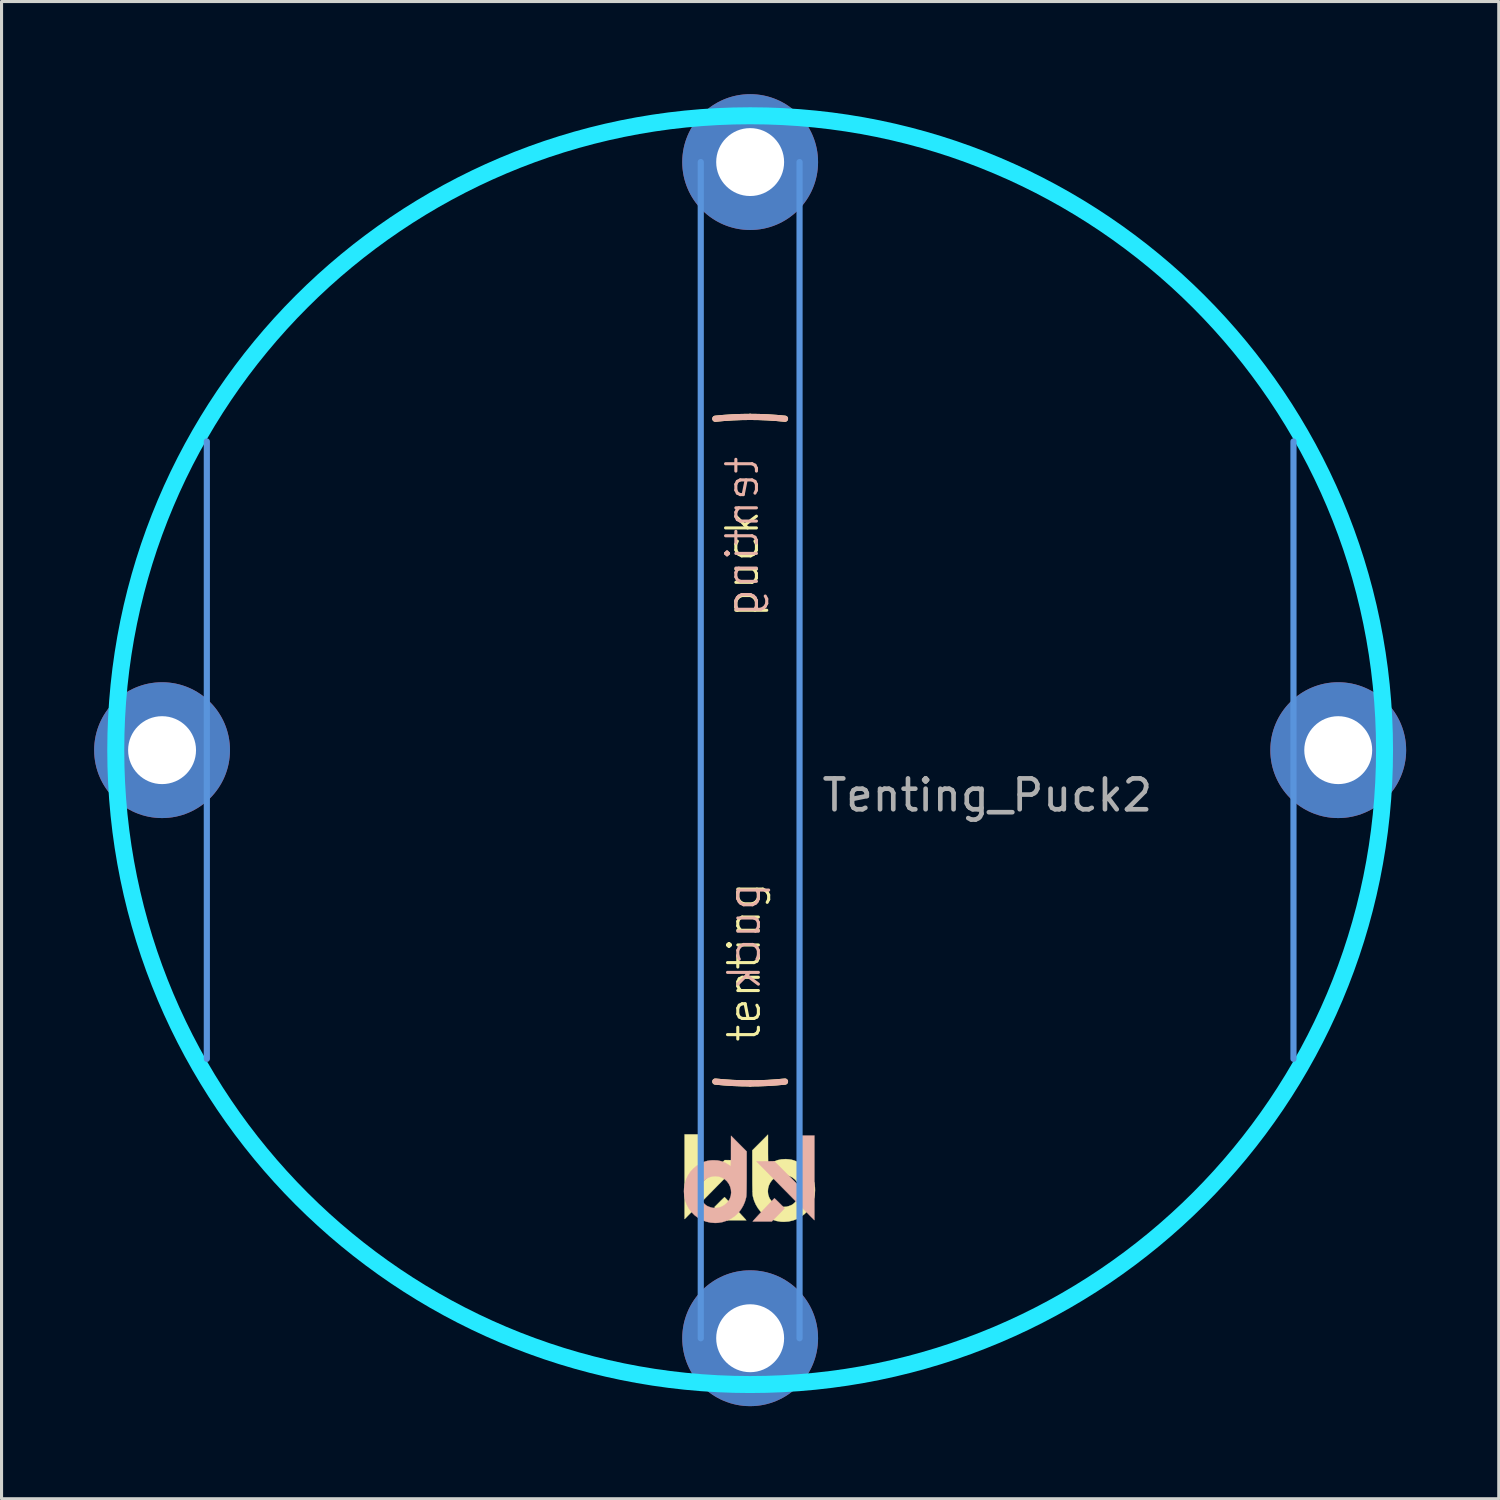
<source format=kicad_pcb>
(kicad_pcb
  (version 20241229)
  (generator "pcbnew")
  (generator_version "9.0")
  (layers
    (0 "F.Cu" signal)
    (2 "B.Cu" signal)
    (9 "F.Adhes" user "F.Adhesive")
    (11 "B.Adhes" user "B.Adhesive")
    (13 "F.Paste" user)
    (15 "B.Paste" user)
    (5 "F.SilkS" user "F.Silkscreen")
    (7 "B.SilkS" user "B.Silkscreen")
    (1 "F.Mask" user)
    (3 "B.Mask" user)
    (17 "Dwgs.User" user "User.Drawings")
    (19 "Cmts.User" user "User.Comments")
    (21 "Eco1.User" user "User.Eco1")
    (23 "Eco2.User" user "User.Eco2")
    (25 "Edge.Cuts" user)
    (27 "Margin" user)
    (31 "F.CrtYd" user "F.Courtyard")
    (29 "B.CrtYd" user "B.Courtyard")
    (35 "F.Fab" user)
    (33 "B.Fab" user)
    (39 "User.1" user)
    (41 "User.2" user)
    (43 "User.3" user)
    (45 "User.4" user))
  (footprint "Tenting_Puck2"
    (layer "F.Cu")
    (at 21.25 21.25)
    (property "Reference" "Tenting_Puck2" (at 7.684 1.46 0) (layer "F.Fab") (effects (font (size 1 1) (thickness 0.15))))
    (attr through_hole)
    (fp_arc (start -20.32 -2.8575) (mid -19.91151 -4.959786) (end -19.286134 -7.008048) (stroke (width 0.2) (type solid)) (layer "F.SilkS"))
    (fp_arc (start -19.286134 7.008047) (mid -19.91151 4.959786) (end -20.32 2.8575) (stroke (width 0.2) (type solid)) (layer "F.SilkS"))
    (fp_arc (start -7.008048 -19.286134) (mid -4.959786 -19.91151) (end -2.8575 -20.32) (stroke (width 0.2) (type solid)) (layer "F.SilkS"))
    (fp_arc (start -2.8575 20.32) (mid -4.959785 19.91151) (end -7.008046 19.286135) (stroke (width 0.2) (type solid)) (layer "F.SilkS"))
    (fp_arc (start -1.128385 -10.735864) (mid -0.564967 -10.780206) (end 0 -10.795) (stroke (width 0.2) (type solid)) (layer "F.SilkS"))
    (fp_arc (start 0 -10.795) (mid 0.564967 -10.780206) (end 1.128385 -10.735864) (stroke (width 0.2) (type solid)) (layer "F.SilkS"))
    (fp_arc (start 0 10.795) (mid -0.564967 10.780206) (end -1.128385 10.735864) (stroke (width 0.2) (type solid)) (layer "F.SilkS"))
    (fp_arc (start 1.128385 10.735864) (mid 0.564967 10.780206) (end 0 10.795) (stroke (width 0.2) (type solid)) (layer "F.SilkS"))
    (fp_arc (start 2.8575 -20.32) (mid 4.959786 -19.91151) (end 7.008047 -19.286134) (stroke (width 0.2) (type solid)) (layer "F.SilkS"))
    (fp_arc (start 7.008047 19.286134) (mid 4.959786 19.91151) (end 2.8575 20.32) (stroke (width 0.2) (type solid)) (layer "F.SilkS"))
    (fp_arc (start 19.286135 -7.008045) (mid 19.91151 -4.959785) (end 20.32 -2.8575) (stroke (width 0.2) (type solid)) (layer "F.SilkS"))
    (fp_arc (start 20.32 2.8575) (mid 19.91151 4.959785) (end 19.286135 7.008046) (stroke (width 0.2) (type solid)) (layer "F.SilkS"))
    (fp_poly (pts (xy -1.627 14.082) (xy -0.824 13.279) (xy -0.535 13.282) (xy -0.247 13.285) (xy -1.094 14.145) (xy -1.212 14.265) (xy -1.327 14.382) (xy -1.437 14.494) (xy -1.542 14.6) (xy -1.64 14.7) (xy -1.731 14.791) (xy -1.811 14.874) (xy -1.882 14.945) (xy -1.941 15.005) (xy -1.987 15.052) (xy -2.019 15.084) (xy -2.032 15.098) (xy -2.123 15.19) (xy -2.123 12.448) (xy -1.627 12.448) (xy -1.627 14.082)) (stroke (width 0.01) (type solid)) (fill yes) (layer "F.SilkS"))
    (fp_poly (pts (xy -0.82 14.488) (xy -0.797 14.511) (xy -0.763 14.547) (xy -0.719 14.593) (xy -0.666 14.647) (xy -0.609 14.708) (xy -0.547 14.773) (xy -0.483 14.841) (xy -0.42 14.908) (xy -0.359 14.973) (xy -0.302 15.034) (xy -0.251 15.089) (xy -0.208 15.135) (xy -0.175 15.171) (xy -0.154 15.194) (xy -0.152 15.197) (xy -0.124 15.231) (xy -0.744 15.231) (xy -0.917 15.055) (xy -0.971 15) (xy -1.021 14.948) (xy -1.065 14.903) (xy -1.099 14.868) (xy -1.121 14.844) (xy -1.124 14.841) (xy -1.158 14.803) (xy -0.997 14.642) (xy -0.948 14.592) (xy -0.903 14.549) (xy -0.867 14.514) (xy -0.842 14.491) (xy -0.829 14.48) (xy -0.829 14.48) (xy -0.82 14.488)) (stroke (width 0.01) (type solid)) (fill yes) (layer "F.SilkS"))
    (fp_poly (pts (xy 0.578 12.948) (xy 0.578 13.052) (xy 0.579 13.149) (xy 0.58 13.236) (xy 0.581 13.31) (xy 0.582 13.37) (xy 0.583 13.413) (xy 0.585 13.437) (xy 0.586 13.441) (xy 0.598 13.435) (xy 0.623 13.419) (xy 0.647 13.401) (xy 0.762 13.331) (xy 0.884 13.282) (xy 1.014 13.254) (xy 1.153 13.247) (xy 1.171 13.248) (xy 1.261 13.255) (xy 1.337 13.267) (xy 1.409 13.286) (xy 1.484 13.315) (xy 1.554 13.348) (xy 1.682 13.423) (xy 1.795 13.515) (xy 1.892 13.622) (xy 1.972 13.743) (xy 2.033 13.874) (xy 2.076 14.016) (xy 2.099 14.167) (xy 2.102 14.256) (xy 2.092 14.409) (xy 2.061 14.553) (xy 2.008 14.693) (xy 1.95 14.8) (xy 1.865 14.92) (xy 1.763 15.025) (xy 1.648 15.113) (xy 1.521 15.184) (xy 1.385 15.236) (xy 1.241 15.268) (xy 1.093 15.279) (xy 0.993 15.275) (xy 0.848 15.25) (xy 0.707 15.204) (xy 0.574 15.138) (xy 0.452 15.054) (xy 0.343 14.954) (xy 0.335 14.944) (xy 0.254 14.84) (xy 0.184 14.722) (xy 0.129 14.596) (xy 0.092 14.469) (xy 0.083 14.423) (xy 0.08 14.394) (xy 0.078 14.344) (xy 0.076 14.294) (xy 0.573 14.294) (xy 0.583 14.391) (xy 0.614 14.485) (xy 0.642 14.539) (xy 0.709 14.628) (xy 0.789 14.699) (xy 0.878 14.751) (xy 0.975 14.784) (xy 1.076 14.797) (xy 1.18 14.789) (xy 1.253 14.769) (xy 1.296 14.753) (xy 1.337 14.736) (xy 1.353 14.728) (xy 1.398 14.697) (xy 1.448 14.651) (xy 1.496 14.595) (xy 1.537 14.537) (xy 1.559 14.498) (xy 1.579 14.454) (xy 1.591 14.415) (xy 1.599 14.373) (xy 1.603 14.318) (xy 1.603 14.313) (xy 1.6 14.205) (xy 1.577 14.107) (xy 1.534 14.014) (xy 1.516 13.985) (xy 1.451 13.908) (xy 1.372 13.845) (xy 1.283 13.8) (xy 1.186 13.772) (xy 1.085 13.763) (xy 0.984 13.773) (xy 0.885 13.803) (xy 0.871 13.81) (xy 0.783 13.863) (xy 0.709 13.931) (xy 0.65 14.011) (xy 0.607 14.101) (xy 0.581 14.196) (xy 0.573 14.294) (xy 0.076 14.294) (xy 0.076 14.274) (xy 0.074 14.185) (xy 0.072 14.078) (xy 0.071 13.955) (xy 0.071 13.818) (xy 0.071 13.668) (xy 0.071 13.656) (xy 0.07 12.964) (xy 0.578 12.454) (xy 0.578 12.948)) (stroke (width 0.01) (type solid)) (fill yes) (layer "F.SilkS"))
    (fp_arc (start -20.32 -2.8575) (mid -19.91151 -4.959784) (end -19.286136 -7.008044) (stroke (width 0.2) (type solid)) (layer "B.SilkS"))
    (fp_arc (start -19.286135 7.008046) (mid -19.91151 4.959785) (end -20.32 2.8575) (stroke (width 0.2) (type solid)) (layer "B.SilkS"))
    (fp_arc (start -7.008046 -19.286135) (mid -4.959785 -19.91151) (end -2.8575 -20.32) (stroke (width 0.2) (type solid)) (layer "B.SilkS"))
    (fp_arc (start -2.8575 20.32) (mid -4.959785 19.91151) (end -7.008045 19.286135) (stroke (width 0.2) (type solid)) (layer "B.SilkS"))
    (fp_arc (start -1.128385 -10.735864) (mid -0.564967 -10.780206) (end 0 -10.795) (stroke (width 0.2) (type solid)) (layer "B.SilkS"))
    (fp_arc (start 0 -10.795) (mid 0.564967 -10.780206) (end 1.128385 -10.735864) (stroke (width 0.2) (type solid)) (layer "B.SilkS"))
    (fp_arc (start 0 10.795) (mid -0.564967 10.780206) (end -1.128385 10.735864) (stroke (width 0.2) (type solid)) (layer "B.SilkS"))
    (fp_arc (start 1.128385 10.735864) (mid 0.564967 10.780206) (end 0 10.795) (stroke (width 0.2) (type solid)) (layer "B.SilkS"))
    (fp_arc (start 2.8575 -20.32) (mid 4.959787 -19.91151) (end 7.008049 -19.286134) (stroke (width 0.2) (type solid)) (layer "B.SilkS"))
    (fp_arc (start 7.008045 19.286135) (mid 4.959785 19.91151) (end 2.8575 20.32) (stroke (width 0.2) (type solid)) (layer "B.SilkS"))
    (fp_arc (start 19.286134 -7.008048) (mid 19.91151 -4.959786) (end 20.32 -2.8575) (stroke (width 0.2) (type solid)) (layer "B.SilkS"))
    (fp_arc (start 20.32 2.8575) (mid 19.91151 4.959786) (end 19.286134 7.008048) (stroke (width 0.2) (type solid)) (layer "B.SilkS"))
    (fp_poly (pts (xy 1.584 14.118) (xy 0.782 13.315) (xy 0.493 13.318) (xy 0.205 13.322) (xy 1.052 14.182) (xy 1.17 14.301) (xy 1.285 14.418) (xy 1.395 14.53) (xy 1.5 14.637) (xy 1.598 14.736) (xy 1.688 14.828) (xy 1.769 14.91) (xy 1.84 14.981) (xy 1.899 15.041) (xy 1.944 15.088) (xy 1.976 15.12) (xy 1.99 15.134) (xy 2.081 15.226) (xy 2.081 12.484) (xy 1.584 12.484) (xy 1.584 14.118)) (stroke (width 0.01) (type solid)) (fill yes) (layer "B.SilkS"))
    (fp_poly (pts (xy 0.778 14.525) (xy 0.755 14.547) (xy 0.721 14.583) (xy 0.676 14.629) (xy 0.624 14.684) (xy 0.566 14.745) (xy 0.505 14.81) (xy 0.441 14.877) (xy 0.378 14.944) (xy 0.316 15.009) (xy 0.259 15.07) (xy 0.208 15.125) (xy 0.166 15.172) (xy 0.133 15.207) (xy 0.112 15.231) (xy 0.11 15.233) (xy 0.082 15.267) (xy 0.702 15.267) (xy 0.875 15.091) (xy 0.929 15.036) (xy 0.979 14.985) (xy 1.023 14.939) (xy 1.057 14.904) (xy 1.079 14.88) (xy 1.082 14.877) (xy 1.116 14.839) (xy 0.955 14.678) (xy 0.905 14.628) (xy 0.861 14.585) (xy 0.825 14.55) (xy 0.799 14.527) (xy 0.787 14.517) (xy 0.787 14.516) (xy 0.778 14.525)) (stroke (width 0.01) (type solid)) (fill yes) (layer "B.SilkS"))
    (fp_poly (pts (xy -0.621 12.984) (xy -0.621 13.088) (xy -0.621 13.185) (xy -0.622 13.272) (xy -0.623 13.346) (xy -0.624 13.406) (xy -0.625 13.45) (xy -0.627 13.473) (xy -0.628 13.477) (xy -0.64 13.471) (xy -0.665 13.455) (xy -0.689 13.438) (xy -0.804 13.367) (xy -0.926 13.318) (xy -1.057 13.29) (xy -1.196 13.284) (xy -1.214 13.284) (xy -1.303 13.291) (xy -1.38 13.303) (xy -1.451 13.322) (xy -1.526 13.351) (xy -1.596 13.384) (xy -1.724 13.459) (xy -1.837 13.551) (xy -1.934 13.658) (xy -2.014 13.779) (xy -2.076 13.911) (xy -2.118 14.053) (xy -2.141 14.203) (xy -2.145 14.293) (xy -2.134 14.445) (xy -2.103 14.59) (xy -2.05 14.729) (xy -1.993 14.836) (xy -1.907 14.956) (xy -1.805 15.061) (xy -1.69 15.149) (xy -1.563 15.22) (xy -1.427 15.272) (xy -1.283 15.304) (xy -1.135 15.316) (xy -1.035 15.311) (xy -0.89 15.286) (xy -0.75 15.24) (xy -0.616 15.174) (xy -0.494 15.09) (xy -0.386 14.99) (xy -0.377 14.981) (xy -0.296 14.876) (xy -0.226 14.758) (xy -0.171 14.632) (xy -0.134 14.505) (xy -0.125 14.459) (xy -0.122 14.43) (xy -0.12 14.38) (xy -0.118 14.33) (xy -0.615 14.33) (xy -0.625 14.428) (xy -0.656 14.522) (xy -0.684 14.576) (xy -0.751 14.664) (xy -0.831 14.735) (xy -0.92 14.787) (xy -1.017 14.82) (xy -1.119 14.833) (xy -1.222 14.825) (xy -1.295 14.805) (xy -1.338 14.789) (xy -1.379 14.772) (xy -1.395 14.764) (xy -1.441 14.733) (xy -1.49 14.687) (xy -1.538 14.632) (xy -1.579 14.573) (xy -1.601 14.534) (xy -1.621 14.49) (xy -1.634 14.452) (xy -1.641 14.409) (xy -1.645 14.354) (xy -1.646 14.349) (xy -1.642 14.241) (xy -1.619 14.144) (xy -1.576 14.05) (xy -1.558 14.022) (xy -1.493 13.944) (xy -1.415 13.882) (xy -1.325 13.836) (xy -1.228 13.808) (xy -1.127 13.799) (xy -1.026 13.809) (xy -0.927 13.84) (xy -0.913 13.846) (xy -0.825 13.899) (xy -0.751 13.967) (xy -0.692 14.047) (xy -0.649 14.137) (xy -0.623 14.232) (xy -0.615 14.33) (xy -0.118 14.33) (xy -0.118 14.31) (xy -0.116 14.221) (xy -0.115 14.114) (xy -0.114 13.991) (xy -0.113 13.854) (xy -0.113 13.704) (xy -0.113 13.692) (xy -0.113 13) (xy -0.62 12.49) (xy -0.621 12.984)) (stroke (width 0.01) (type solid)) (fill yes) (layer "B.SilkS"))
    (fp_line (start -17.6 10) (end -17.6 -10) (stroke (width 0.2) (type solid)) (layer "Cmts.User"))
    (fp_line (start -1.6 19.05) (end -1.6 -19.05) (stroke (width 0.2) (type solid)) (layer "Cmts.User"))
    (fp_line (start 1.6 19.05) (end 1.6 -19.05) (stroke (width 0.2) (type solid)) (layer "Cmts.User"))
    (fp_line (start 17.6 10) (end 17.6 -10) (stroke (width 0.2) (type solid)) (layer "Cmts.User"))
    (fp_circle (center 0 0) (end 20.55 0) (stroke (width 0.55) (type solid)) (fill no) (layer "B.CrtYd"))
    (fp_text user "puck" (at -0.254 -6.032 90) (layer "F.SilkS") (effects (font (size 1 1) (thickness 0.1))))
    (fp_text user "tenting" (at -0.191 6.858 90) (layer "F.SilkS") (effects (font (size 1 1) (thickness 0.1))))
    (fp_text user "tenting" (at -0.254 -6.921 90) (layer "B.SilkS") (effects (font (size 1 1) (thickness 0.1)) (justify mirror)))
    (fp_text user "puck" (at -0.191 6.032 90) (unlocked yes) (layer "B.SilkS") (effects (font (size 1 1) (thickness 0.1)) (justify mirror)))
    (pad "1" thru_hole circle (at -19.05 0) (size 4.4 4.4) (drill 2.2) (layers "*.Cu" "*.Mask"))
    (pad "1" thru_hole circle (at 0 -19.05) (size 4.4 4.4) (drill 2.2) (layers "*.Cu" "*.Mask"))
    (pad "1" thru_hole circle (at 0 19.05) (size 4.4 4.4) (drill 2.2) (layers "*.Cu" "*.Mask"))
    (pad "1" thru_hole circle (at 19.05 0) (size 4.4 4.4) (drill 2.2) (layers "*.Cu" "*.Mask")))
  (gr_rect
    (start -3 -3)
    (end 45.5 45.5)
    (stroke (width 0.1) (type default))
    (fill no)
    (layer "Edge.Cuts")))
</source>
